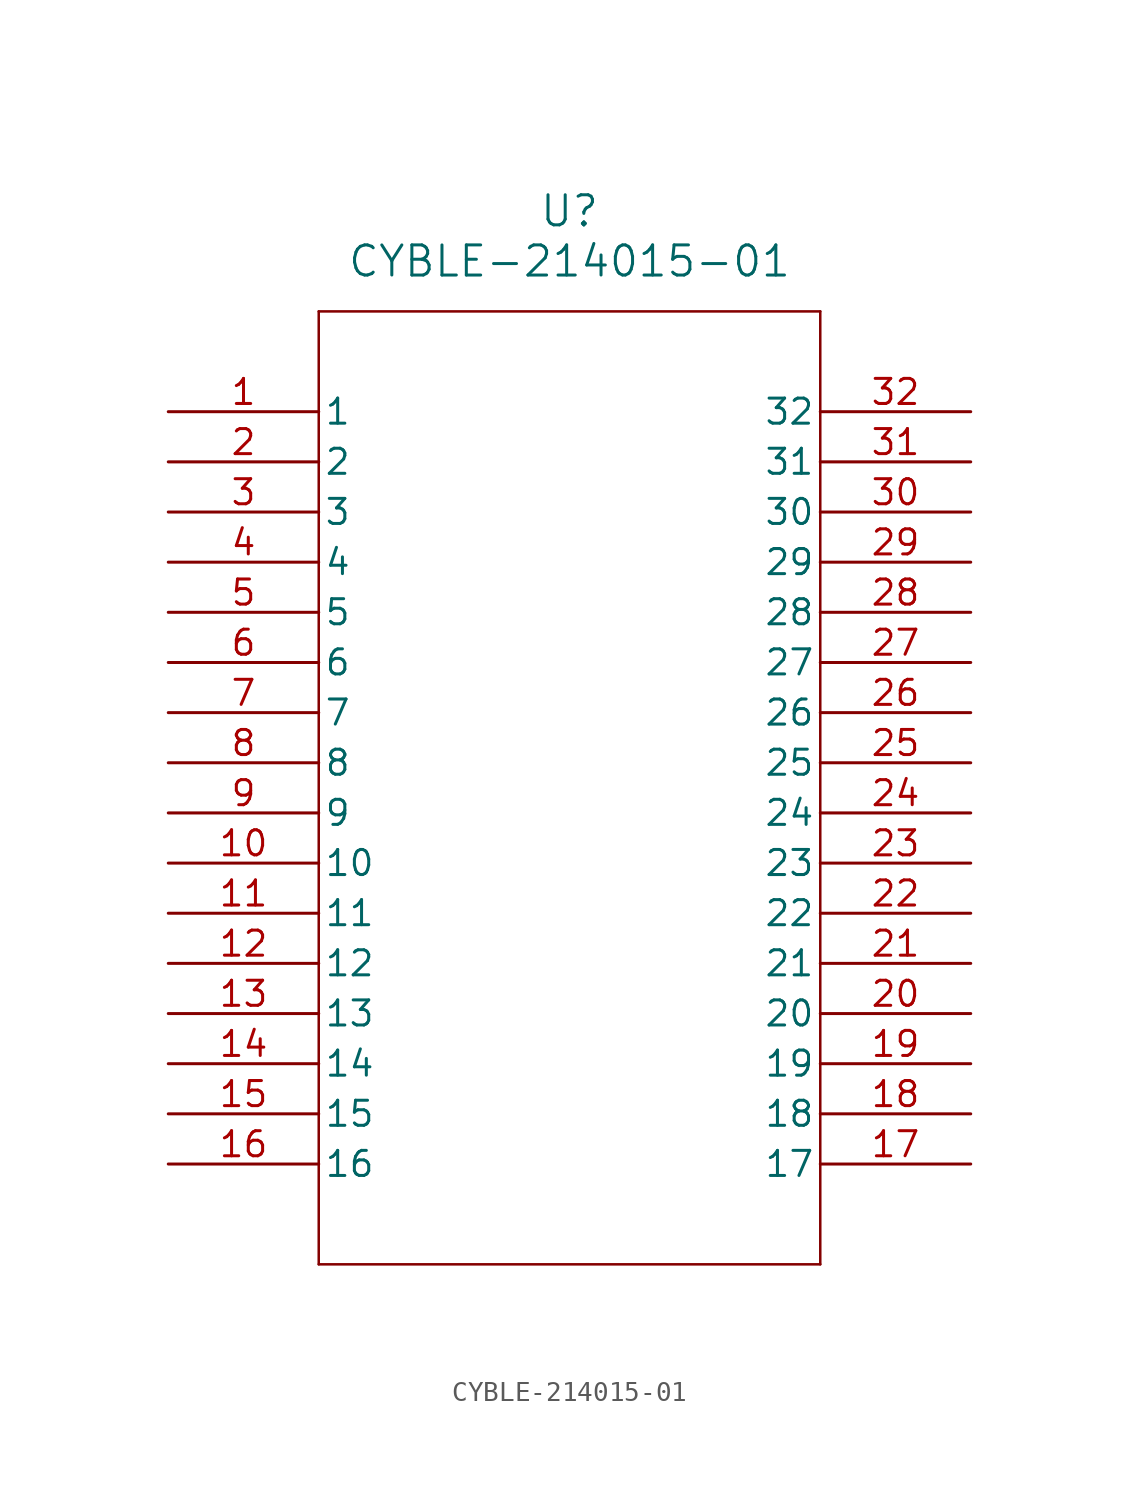
<source format=kicad_sym>
(kicad_symbol_lib
  (version 20211014)
  (generator kicad_symbol_editor)
  (symbol "CYBLE-214015-01"
    (pin_names
      (offset 0.254))
    (property "Reference" "U"
      (at 20.32 10.16 0)
      (effects (font (size 1.524 1.524))))
    (property "Value" "CYBLE-214015-01"
      (at 20.32 7.62 0)
      (effects (font (size 1.524 1.524))))
    (symbol "CYBLE-214015-01_0_1"
      (polyline (pts (xy 7.62 5.08) (xy 7.62 -43.18)) (stroke (width 0.127) (type default) (color 0 0 0 0)) (fill (type none)))
      (polyline (pts (xy 7.62 -43.18) (xy 33.02 -43.18)) (stroke (width 0.127) (type default) (color 0 0 0 0)) (fill (type none)))
      (polyline (pts (xy 33.02 -43.18) (xy 33.02 5.08)) (stroke (width 0.127) (type default) (color 0 0 0 0)) (fill (type none)))
      (polyline (pts (xy 33.02 5.08) (xy 7.62 5.08)) (stroke (width 0.127) (type default) (color 0 0 0 0)) (fill (type none)))
      (pin unspecified line (at 0 0 0) (length 7.62) (name "1" (effects (font (size 1.27 1.27)))) (number "1" (effects (font (size 1.27 1.27)))))
      (pin unspecified line (at 0 -2.54 0) (length 7.62) (name "2" (effects (font (size 1.27 1.27)))) (number "2" (effects (font (size 1.27 1.27)))))
      (pin unspecified line (at 0 -5.08 0) (length 7.62) (name "3" (effects (font (size 1.27 1.27)))) (number "3" (effects (font (size 1.27 1.27)))))
      (pin unspecified line (at 0 -7.62 0) (length 7.62) (name "4" (effects (font (size 1.27 1.27)))) (number "4" (effects (font (size 1.27 1.27)))))
      (pin unspecified line (at 0 -10.16 0) (length 7.62) (name "5" (effects (font (size 1.27 1.27)))) (number "5" (effects (font (size 1.27 1.27)))))
      (pin unspecified line (at 0 -12.7 0) (length 7.62) (name "6" (effects (font (size 1.27 1.27)))) (number "6" (effects (font (size 1.27 1.27)))))
      (pin unspecified line (at 0 -15.24 0) (length 7.62) (name "7" (effects (font (size 1.27 1.27)))) (number "7" (effects (font (size 1.27 1.27)))))
      (pin unspecified line (at 0 -17.78 0) (length 7.62) (name "8" (effects (font (size 1.27 1.27)))) (number "8" (effects (font (size 1.27 1.27)))))
      (pin unspecified line (at 0 -20.32 0) (length 7.62) (name "9" (effects (font (size 1.27 1.27)))) (number "9" (effects (font (size 1.27 1.27)))))
      (pin unspecified line (at 0 -22.86 0) (length 7.62) (name "10" (effects (font (size 1.27 1.27)))) (number "10" (effects (font (size 1.27 1.27)))))
      (pin unspecified line (at 0 -25.4 0) (length 7.62) (name "11" (effects (font (size 1.27 1.27)))) (number "11" (effects (font (size 1.27 1.27)))))
      (pin unspecified line (at 0 -27.94 0) (length 7.62) (name "12" (effects (font (size 1.27 1.27)))) (number "12" (effects (font (size 1.27 1.27)))))
      (pin unspecified line (at 0 -30.48 0) (length 7.62) (name "13" (effects (font (size 1.27 1.27)))) (number "13" (effects (font (size 1.27 1.27)))))
      (pin unspecified line (at 0 -33.02 0) (length 7.62) (name "14" (effects (font (size 1.27 1.27)))) (number "14" (effects (font (size 1.27 1.27)))))
      (pin unspecified line (at 0 -35.56 0) (length 7.62) (name "15" (effects (font (size 1.27 1.27)))) (number "15" (effects (font (size 1.27 1.27)))))
      (pin unspecified line (at 0 -38.1 0) (length 7.62) (name "16" (effects (font (size 1.27 1.27)))) (number "16" (effects (font (size 1.27 1.27)))))
      (pin unspecified line (at 40.64 -38.1 180) (length 7.62) (name "17" (effects (font (size 1.27 1.27)))) (number "17" (effects (font (size 1.27 1.27)))))
      (pin unspecified line (at 40.64 -35.56 180) (length 7.62) (name "18" (effects (font (size 1.27 1.27)))) (number "18" (effects (font (size 1.27 1.27)))))
      (pin unspecified line (at 40.64 -33.02 180) (length 7.62) (name "19" (effects (font (size 1.27 1.27)))) (number "19" (effects (font (size 1.27 1.27)))))
      (pin unspecified line (at 40.64 -30.48 180) (length 7.62) (name "20" (effects (font (size 1.27 1.27)))) (number "20" (effects (font (size 1.27 1.27)))))
      (pin unspecified line (at 40.64 -27.94 180) (length 7.62) (name "21" (effects (font (size 1.27 1.27)))) (number "21" (effects (font (size 1.27 1.27)))))
      (pin unspecified line (at 40.64 -25.4 180) (length 7.62) (name "22" (effects (font (size 1.27 1.27)))) (number "22" (effects (font (size 1.27 1.27)))))
      (pin unspecified line (at 40.64 -22.86 180) (length 7.62) (name "23" (effects (font (size 1.27 1.27)))) (number "23" (effects (font (size 1.27 1.27)))))
      (pin unspecified line (at 40.64 -20.32 180) (length 7.62) (name "24" (effects (font (size 1.27 1.27)))) (number "24" (effects (font (size 1.27 1.27)))))
      (pin unspecified line (at 40.64 -17.78 180) (length 7.62) (name "25" (effects (font (size 1.27 1.27)))) (number "25" (effects (font (size 1.27 1.27)))))
      (pin unspecified line (at 40.64 -15.24 180) (length 7.62) (name "26" (effects (font (size 1.27 1.27)))) (number "26" (effects (font (size 1.27 1.27)))))
      (pin unspecified line (at 40.64 -12.7 180) (length 7.62) (name "27" (effects (font (size 1.27 1.27)))) (number "27" (effects (font (size 1.27 1.27)))))
      (pin unspecified line (at 40.64 -10.16 180) (length 7.62) (name "28" (effects (font (size 1.27 1.27)))) (number "28" (effects (font (size 1.27 1.27)))))
      (pin unspecified line (at 40.64 -7.62 180) (length 7.62) (name "29" (effects (font (size 1.27 1.27)))) (number "29" (effects (font (size 1.27 1.27)))))
      (pin unspecified line (at 40.64 -5.08 180) (length 7.62) (name "30" (effects (font (size 1.27 1.27)))) (number "30" (effects (font (size 1.27 1.27)))))
      (pin unspecified line (at 40.64 -2.54 180) (length 7.62) (name "31" (effects (font (size 1.27 1.27)))) (number "31" (effects (font (size 1.27 1.27)))))
      (pin unspecified line (at 40.64 0 180) (length 7.62) (name "32" (effects (font (size 1.27 1.27)))) (number "32" (effects (font (size 1.27 1.27))))))))
</source>
